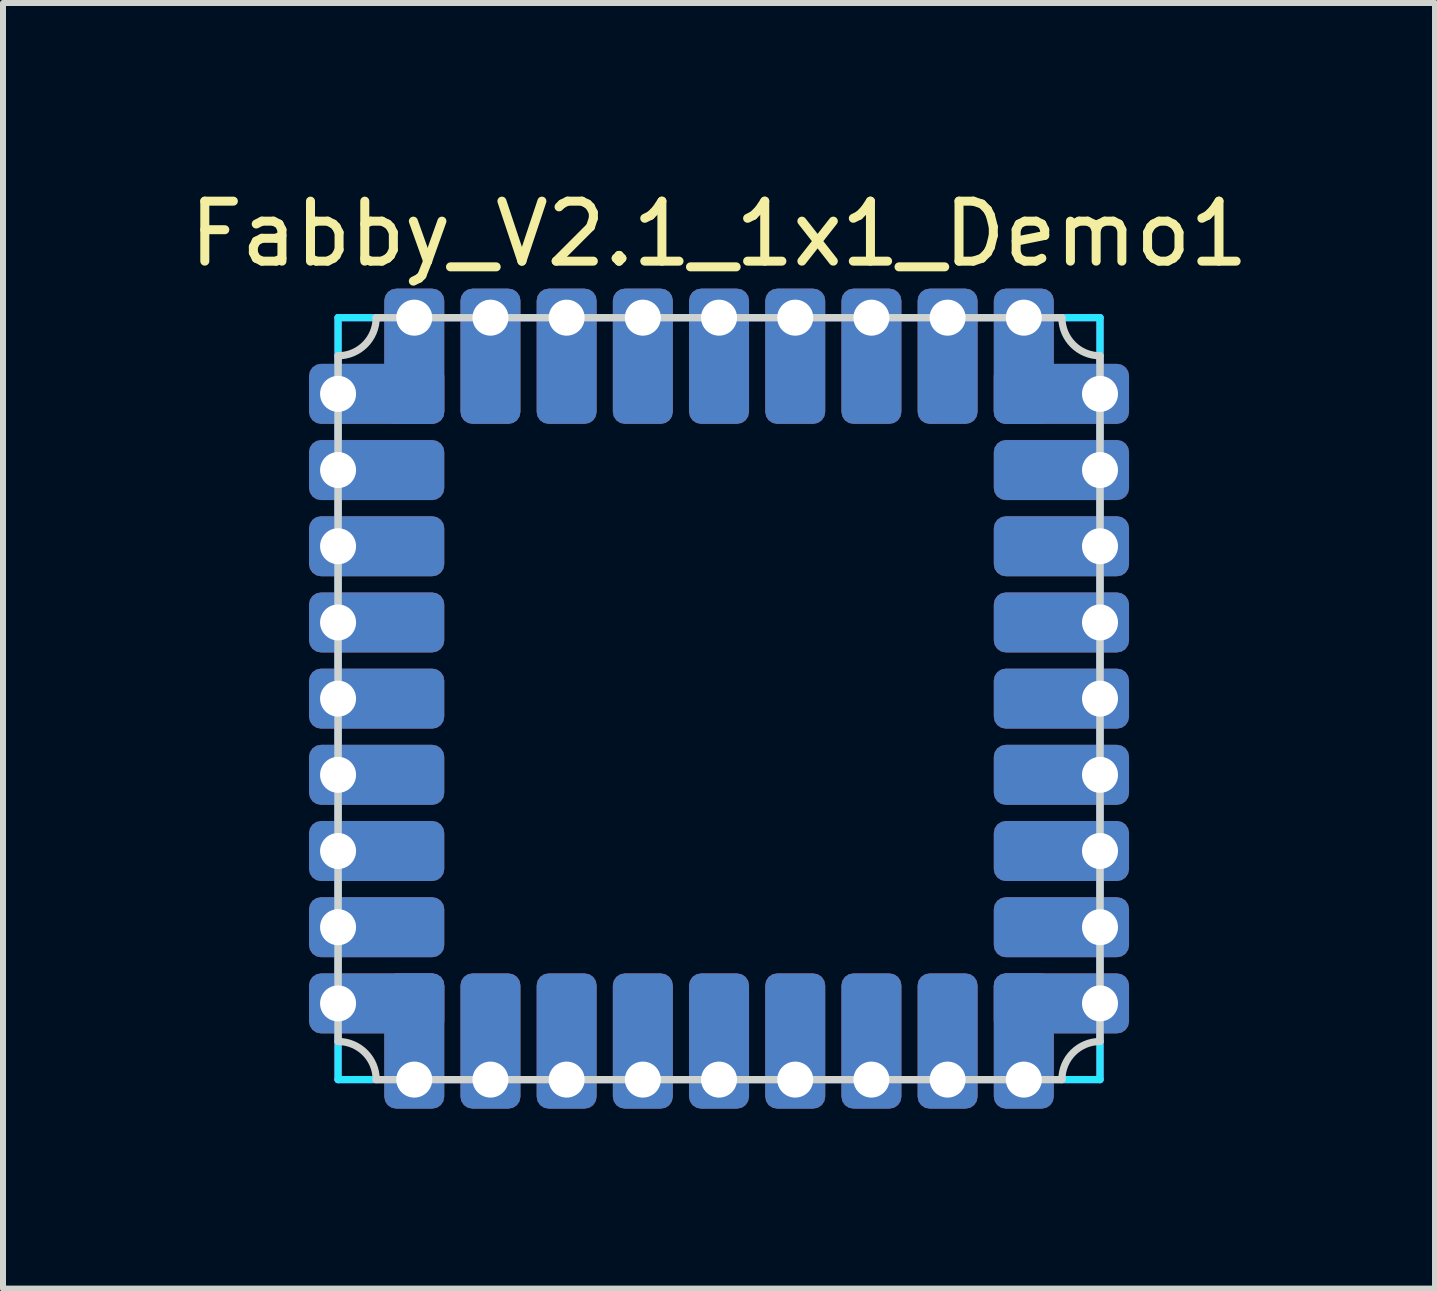
<source format=kicad_pcb>
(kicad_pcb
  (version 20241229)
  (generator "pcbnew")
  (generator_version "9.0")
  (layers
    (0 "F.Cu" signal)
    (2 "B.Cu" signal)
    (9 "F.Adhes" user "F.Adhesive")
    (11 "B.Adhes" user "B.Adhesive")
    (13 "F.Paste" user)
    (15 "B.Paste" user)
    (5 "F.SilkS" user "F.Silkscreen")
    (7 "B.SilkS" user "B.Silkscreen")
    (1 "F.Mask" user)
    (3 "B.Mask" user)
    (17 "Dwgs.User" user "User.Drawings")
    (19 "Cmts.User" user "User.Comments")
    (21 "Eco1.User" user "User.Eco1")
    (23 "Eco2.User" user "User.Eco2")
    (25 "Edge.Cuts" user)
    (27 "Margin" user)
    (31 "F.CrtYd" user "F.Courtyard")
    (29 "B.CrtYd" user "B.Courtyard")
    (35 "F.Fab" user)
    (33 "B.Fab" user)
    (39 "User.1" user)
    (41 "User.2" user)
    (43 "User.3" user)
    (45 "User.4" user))
  (footprint "Fabby_V2.1_1x1_Demo1"
    (layer "F.Cu")
    (at 8.935 8.595)
    (property "Reference" "Fabby_V2.1_1x1_Demo1" (at 0 -7.747 0) (layer "F.SilkS") (effects (font (size 1 1) (thickness 0.15))))
    (attr through_hole)
    (fp_line (start -6.35 -5.715) (end -6.35 5.715) (stroke (width 0.12) (type solid)) (layer "Edge.Cuts"))
    (fp_line (start -5.715 -6.35) (end 5.715 -6.35) (stroke (width 0.12) (type solid)) (layer "Edge.Cuts"))
    (fp_line (start 5.715 6.35) (end -5.715 6.35) (stroke (width 0.12) (type solid)) (layer "Edge.Cuts"))
    (fp_line (start 6.35 -5.715) (end 6.35 5.715) (stroke (width 0.12) (type solid)) (layer "Edge.Cuts"))
    (fp_arc (start -6.35 5.715) (mid -5.900987 5.900987) (end -5.715 6.35) (stroke (width 0.12) (type solid)) (layer "Edge.Cuts"))
    (fp_arc (start -5.715 -6.35) (mid -5.900987 -5.900987) (end -6.35 -5.715) (stroke (width 0.12) (type solid)) (layer "Edge.Cuts"))
    (fp_arc (start 5.715 6.35) (mid 5.900987 5.900987) (end 6.35 5.715) (stroke (width 0.12) (type solid)) (layer "Edge.Cuts"))
    (fp_arc (start 6.35 -5.715) (mid 5.900987 -5.900987) (end 5.715 -6.35) (stroke (width 0.12) (type solid)) (layer "Edge.Cuts"))
    (fp_line (start -6.35 -6.35) (end 6.35 -6.35) (stroke (width 0.12) (type solid)) (layer "B.CrtYd"))
    (fp_line (start -6.35 6.35) (end -6.35 -6.35) (stroke (width 0.12) (type solid)) (layer "B.CrtYd"))
    (fp_line (start 6.35 -6.35) (end 6.35 6.35) (stroke (width 0.12) (type solid)) (layer "B.CrtYd"))
    (fp_line (start 6.35 6.35) (end -6.35 6.35) (stroke (width 0.12) (type solid)) (layer "B.CrtYd"))
    (fp_line (start -6.35 -6.35) (end 6.35 -6.35) (stroke (width 0.12) (type solid)) (layer "F.CrtYd"))
    (fp_line (start -6.35 6.35) (end -6.35 -6.35) (stroke (width 0.12) (type solid)) (layer "F.CrtYd"))
    (fp_line (start 6.35 -6.35) (end 6.35 6.35) (stroke (width 0.12) (type solid)) (layer "F.CrtYd"))
    (fp_line (start 6.35 6.35) (end -6.35 6.35) (stroke (width 0.12) (type solid)) (layer "F.CrtYd"))
    (pad "1" thru_hole roundrect (at -6.35 -5.08 270) (size 1 2.254) (drill 0.6 (offset 0 -0.643)) (layers "*.Cu" "*.Mask") (roundrect_rratio 0.2))
    (pad "1" thru_hole roundrect (at -5.08 -6.35 180) (size 1 2.254) (drill 0.6 (offset 0 -0.643)) (layers "*.Cu" "*.Mask") (roundrect_rratio 0.2))
    (pad "2" thru_hole roundrect (at -6.35 -3.81 270) (size 1 2.254) (drill 0.6 (offset 0 -0.643)) (layers "*.Cu" "*.Mask") (roundrect_rratio 0.2))
    (pad "3" thru_hole roundrect (at -6.35 -2.54 270) (size 1 2.254) (drill 0.6 (offset 0 -0.643)) (layers "*.Cu" "*.Mask") (roundrect_rratio 0.2))
    (pad "4" thru_hole roundrect (at -6.35 -1.27 270) (size 1 2.254) (drill 0.6 (offset 0 -0.643)) (layers "*.Cu" "*.Mask") (roundrect_rratio 0.2))
    (pad "5" thru_hole roundrect (at -6.35 0 270) (size 1 2.254) (drill 0.6 (offset 0 -0.643)) (layers "*.Cu" "*.Mask") (roundrect_rratio 0.2))
    (pad "6" thru_hole roundrect (at -6.35 1.27 270) (size 1 2.254) (drill 0.6 (offset 0 -0.643)) (layers "*.Cu" "*.Mask") (roundrect_rratio 0.2))
    (pad "7" thru_hole roundrect (at -6.35 2.54 270) (size 1 2.254) (drill 0.6 (offset 0 -0.643)) (layers "*.Cu" "*.Mask") (roundrect_rratio 0.2))
    (pad "8" thru_hole roundrect (at -6.35 3.81 270) (size 1 2.254) (drill 0.6 (offset 0 -0.643)) (layers "*.Cu" "*.Mask") (roundrect_rratio 0.2))
    (pad "9" thru_hole roundrect (at -6.35 5.08 270) (size 1 2.254) (drill 0.6 (offset 0 -0.643)) (layers "*.Cu" "*.Mask") (roundrect_rratio 0.2))
    (pad "9" thru_hole roundrect (at -5.08 6.35) (size 1 2.254) (drill 0.6 (offset 0 -0.643)) (layers "*.Cu" "*.Mask") (roundrect_rratio 0.2))
    (pad "10" thru_hole roundrect (at -3.81 6.35) (size 1 2.254) (drill 0.6 (offset 0 -0.643)) (layers "*.Cu" "*.Mask") (roundrect_rratio 0.2))
    (pad "11" thru_hole roundrect (at -2.54 6.35) (size 1 2.254) (drill 0.6 (offset 0 -0.643)) (layers "*.Cu" "*.Mask") (roundrect_rratio 0.2))
    (pad "12" thru_hole roundrect (at -1.27 6.35) (size 1 2.254) (drill 0.6 (offset 0 -0.643)) (layers "*.Cu" "*.Mask") (roundrect_rratio 0.2))
    (pad "13" thru_hole roundrect (at 0 6.35) (size 1 2.254) (drill 0.6 (offset 0 -0.643)) (layers "*.Cu" "*.Mask") (roundrect_rratio 0.2))
    (pad "14" thru_hole roundrect (at 1.27 6.35) (size 1 2.254) (drill 0.6 (offset 0 -0.643)) (layers "*.Cu" "*.Mask") (roundrect_rratio 0.2))
    (pad "15" thru_hole roundrect (at 2.54 6.35) (size 1 2.254) (drill 0.6 (offset 0 -0.643)) (layers "*.Cu" "*.Mask") (roundrect_rratio 0.2))
    (pad "16" thru_hole roundrect (at 3.81 6.35) (size 1 2.254) (drill 0.6 (offset 0 -0.643)) (layers "*.Cu" "*.Mask") (roundrect_rratio 0.2))
    (pad "17" thru_hole roundrect (at 5.08 6.35) (size 1 2.254) (drill 0.6 (offset 0 -0.643)) (layers "*.Cu" "*.Mask") (roundrect_rratio 0.2))
    (pad "17" thru_hole roundrect (at 6.35 5.08 90) (size 1 2.254) (drill 0.6 (offset 0 -0.643)) (layers "*.Cu" "*.Mask") (roundrect_rratio 0.2))
    (pad "18" thru_hole roundrect (at 6.35 3.81 90) (size 1 2.254) (drill 0.6 (offset 0 -0.643)) (layers "*.Cu" "*.Mask") (roundrect_rratio 0.2))
    (pad "19" thru_hole roundrect (at 6.35 2.54 90) (size 1 2.254) (drill 0.6 (offset 0 -0.643)) (layers "*.Cu" "*.Mask") (roundrect_rratio 0.2))
    (pad "20" thru_hole roundrect (at 6.35 1.27 90) (size 1 2.254) (drill 0.6 (offset 0 -0.643)) (layers "*.Cu" "*.Mask") (roundrect_rratio 0.2))
    (pad "21" thru_hole roundrect (at 6.35 0 90) (size 1 2.254) (drill 0.6 (offset 0 -0.643)) (layers "*.Cu" "*.Mask") (roundrect_rratio 0.2))
    (pad "22" thru_hole roundrect (at 6.35 -1.27 90) (size 1 2.254) (drill 0.6 (offset 0 -0.643)) (layers "*.Cu" "*.Mask") (roundrect_rratio 0.2))
    (pad "23" thru_hole roundrect (at 6.35 -2.54 90) (size 1 2.254) (drill 0.6 (offset 0 -0.643)) (layers "*.Cu" "*.Mask") (roundrect_rratio 0.2))
    (pad "24" thru_hole roundrect (at 6.35 -3.81 90) (size 1 2.254) (drill 0.6 (offset 0 -0.643)) (layers "*.Cu" "*.Mask") (roundrect_rratio 0.2))
    (pad "25" thru_hole roundrect (at 5.08 -6.35 180) (size 1 2.254) (drill 0.6 (offset 0 -0.643)) (layers "*.Cu" "*.Mask") (roundrect_rratio 0.2))
    (pad "25" thru_hole roundrect (at 6.35 -5.08 90) (size 1 2.254) (drill 0.6 (offset 0 -0.643)) (layers "*.Cu" "*.Mask") (roundrect_rratio 0.2))
    (pad "26" thru_hole roundrect (at 3.81 -6.35 180) (size 1 2.254) (drill 0.6 (offset 0 -0.643)) (layers "*.Cu" "*.Mask") (roundrect_rratio 0.2))
    (pad "27" thru_hole roundrect (at 2.54 -6.35 180) (size 1 2.254) (drill 0.6 (offset 0 -0.643)) (layers "*.Cu" "*.Mask") (roundrect_rratio 0.2))
    (pad "28" thru_hole roundrect (at 1.27 -6.35 180) (size 1 2.254) (drill 0.6 (offset 0 -0.643)) (layers "*.Cu" "*.Mask") (roundrect_rratio 0.2))
    (pad "29" thru_hole roundrect (at 0 -6.35 180) (size 1 2.254) (drill 0.6 (offset 0 -0.643)) (layers "*.Cu" "*.Mask") (roundrect_rratio 0.2))
    (pad "30" thru_hole roundrect (at -1.27 -6.35 180) (size 1 2.254) (drill 0.6 (offset 0 -0.643)) (layers "*.Cu" "*.Mask") (roundrect_rratio 0.2))
    (pad "31" thru_hole roundrect (at -2.54 -6.35 180) (size 1 2.254) (drill 0.6 (offset 0 -0.643)) (layers "*.Cu" "*.Mask") (roundrect_rratio 0.2))
    (pad "32" thru_hole roundrect (at -3.81 -6.35 180) (size 1 2.254) (drill 0.6 (offset 0 -0.643)) (layers "*.Cu" "*.Mask") (roundrect_rratio 0.2)))
  (gr_rect
    (start -3 -3)
    (end 20.869 18.429)
    (stroke (width 0.1) (type default))
    (fill no)
    (layer "Edge.Cuts")))
</source>
